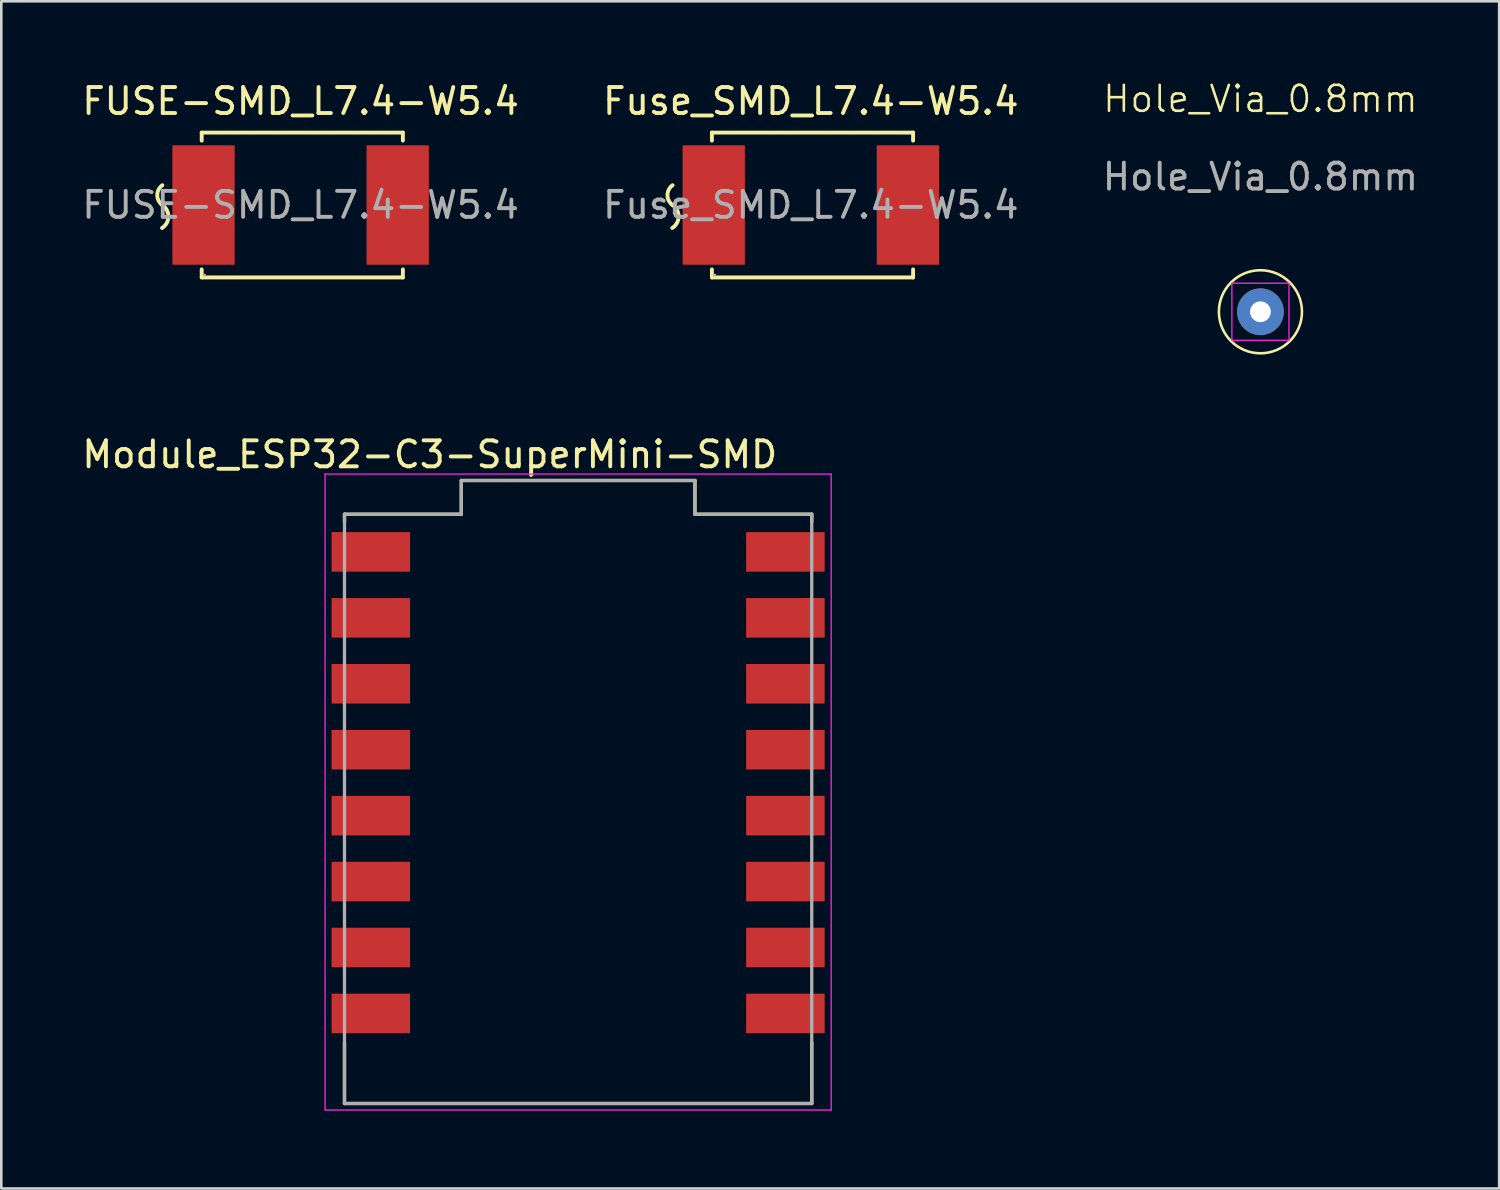
<source format=kicad_pcb>
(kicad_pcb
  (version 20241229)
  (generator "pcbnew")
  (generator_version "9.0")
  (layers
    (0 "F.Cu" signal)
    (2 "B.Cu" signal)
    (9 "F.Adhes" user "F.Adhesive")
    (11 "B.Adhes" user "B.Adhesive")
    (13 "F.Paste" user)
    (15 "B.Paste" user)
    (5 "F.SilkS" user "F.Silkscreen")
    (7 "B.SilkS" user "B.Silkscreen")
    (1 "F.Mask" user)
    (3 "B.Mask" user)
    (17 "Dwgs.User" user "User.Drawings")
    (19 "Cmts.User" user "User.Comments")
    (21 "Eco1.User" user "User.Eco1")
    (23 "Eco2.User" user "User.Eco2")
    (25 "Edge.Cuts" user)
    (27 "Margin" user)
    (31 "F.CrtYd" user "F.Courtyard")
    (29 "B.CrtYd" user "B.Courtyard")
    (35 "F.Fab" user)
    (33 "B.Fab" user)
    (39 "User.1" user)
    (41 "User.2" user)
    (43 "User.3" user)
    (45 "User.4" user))
  (footprint "FUSE-SMD_L7.4-W5.4"
    (layer "F.Cu")
    (at 8.53 4.848)
    (property "Reference" "FUSE-SMD_L7.4-W5.4" (at 0 -4 0) (layer "F.SilkS") (effects (font (size 1 1) (thickness 0.15))))
    (attr smd)
    (fp_line (start -3.81 -2.79) (end 3.94 -2.79) (stroke (width 0.15) (type solid)) (layer "F.SilkS"))
    (fp_line (start -3.81 -2.48) (end -3.81 -2.79) (stroke (width 0.15) (type solid)) (layer "F.SilkS"))
    (fp_line (start -3.81 2.79) (end -3.81 2.48) (stroke (width 0.15) (type solid)) (layer "F.SilkS"))
    (fp_line (start 3.94 -2.79) (end 3.94 -2.48) (stroke (width 0.15) (type solid)) (layer "F.SilkS"))
    (fp_line (start 3.94 2.48) (end 3.94 2.79) (stroke (width 0.15) (type solid)) (layer "F.SilkS"))
    (fp_line (start 3.94 2.79) (end -3.81 2.79) (stroke (width 0.15) (type solid)) (layer "F.SilkS"))
    (fp_arc (start -5.33 0) (mid -5.093047 0.444493) (end -5.337545 0.884881) (stroke (width 0.15) (type solid)) (layer "F.SilkS"))
    (fp_arc (start -5.33 0) (mid -5.522009 -0.382754) (end -5.325546 -0.763242) (stroke (width 0.15) (type solid)) (layer "F.SilkS"))
    (fp_circle (center -3.7 2.7) (end -3.67 2.7) (stroke (width 0.06) (type solid)) (fill no) (layer "F.Fab"))
    (fp_text user "${REFERENCE}" (at 0 0 0) (layer "F.Fab") (effects (font (size 1 1) (thickness 0.15))))
    (pad "1" smd rect (at -3.74 0) (size 2.4 4.6) (layers "F.Cu" "F.Mask" "F.Paste"))
    (pad "2" smd rect (at 3.74 0) (size 2.4 4.6) (layers "F.Cu" "F.Mask" "F.Paste")))
  (footprint "Fuse_SMD_L7.4-W5.4"
    (layer "F.Cu")
    (at 28.185 4.848)
    (property "Reference" "Fuse_SMD_L7.4-W5.4" (at 0 -4 0) (layer "F.SilkS") (effects (font (size 1 1) (thickness 0.15))))
    (attr smd)
    (fp_line (start -3.81 -2.79) (end 3.94 -2.79) (stroke (width 0.15) (type solid)) (layer "F.SilkS"))
    (fp_line (start -3.81 -2.48) (end -3.81 -2.79) (stroke (width 0.15) (type solid)) (layer "F.SilkS"))
    (fp_line (start -3.81 2.79) (end -3.81 2.48) (stroke (width 0.15) (type solid)) (layer "F.SilkS"))
    (fp_line (start 3.94 -2.79) (end 3.94 -2.48) (stroke (width 0.15) (type solid)) (layer "F.SilkS"))
    (fp_line (start 3.94 2.48) (end 3.94 2.79) (stroke (width 0.15) (type solid)) (layer "F.SilkS"))
    (fp_line (start 3.94 2.79) (end -3.81 2.79) (stroke (width 0.15) (type solid)) (layer "F.SilkS"))
    (fp_arc (start -5.33 0) (mid -5.093047 0.444493) (end -5.337545 0.884881) (stroke (width 0.15) (type solid)) (layer "F.SilkS"))
    (fp_arc (start -5.33 0) (mid -5.522009 -0.382754) (end -5.325546 -0.763242) (stroke (width 0.15) (type solid)) (layer "F.SilkS"))
    (fp_circle (center -3.7 2.7) (end -3.67 2.7) (stroke (width 0.06) (type solid)) (fill no) (layer "F.Fab"))
    (fp_text user "${REFERENCE}" (at 0 0 0) (layer "F.Fab") (effects (font (size 1 1) (thickness 0.15))))
    (pad "1" smd rect (at -3.74 0) (size 2.4 4.6) (layers "F.Cu" "F.Mask" "F.Paste"))
    (pad "2" smd rect (at 3.74 0) (size 2.4 4.6) (layers "F.Cu" "F.Mask" "F.Paste")))
  (footprint "Module_ESP32-C3-SuperMini-SMD"
    (layer "F.Cu")
    (at 19.221 28.111)
    (property "Reference" "Module_ESP32-C3-SuperMini-SMD" (at -5.715 -13.652 0) (layer "F.SilkS") (effects (font (size 1 1) (thickness 0.15))))
    (attr smd)
    (fp_line (start -9 -11.05) (end -9 -11.35) (stroke (width 0.127) (type solid)) (layer "F.SilkS"))
    (fp_line (start -9 11.35) (end -9 9) (stroke (width 0.127) (type solid)) (layer "F.SilkS"))
    (fp_line (start -4.5 -12.65) (end -4.5 -11.35) (stroke (width 0.127) (type solid)) (layer "F.SilkS"))
    (fp_line (start -4.5 -11.35) (end -9 -11.35) (stroke (width 0.127) (type solid)) (layer "F.SilkS"))
    (fp_line (start 4.5 -12.65) (end -4.5 -12.65) (stroke (width 0.127) (type solid)) (layer "F.SilkS"))
    (fp_line (start 4.5 -12.65) (end 4.5 -11.35) (stroke (width 0.127) (type solid)) (layer "F.SilkS"))
    (fp_line (start 9 -11.35) (end 4.5 -11.35) (stroke (width 0.127) (type solid)) (layer "F.SilkS"))
    (fp_line (start 9 -11.05) (end 9 -11.35) (stroke (width 0.127) (type solid)) (layer "F.SilkS"))
    (fp_line (start 9 11.35) (end -9 11.35) (stroke (width 0.127) (type solid)) (layer "F.SilkS"))
    (fp_line (start 9 11.35) (end 9 9) (stroke (width 0.127) (type solid)) (layer "F.SilkS"))
    (fp_line (start -9.748 -12.9) (end 9.748 -12.9) (stroke (width 0.05) (type solid)) (layer "F.CrtYd"))
    (fp_line (start -9.748 11.6) (end -9.748 -12.9) (stroke (width 0.05) (type solid)) (layer "F.CrtYd"))
    (fp_line (start 9.748 -12.9) (end 9.748 11.6) (stroke (width 0.05) (type solid)) (layer "F.CrtYd"))
    (fp_line (start 9.748 11.6) (end -9.748 11.6) (stroke (width 0.05) (type solid)) (layer "F.CrtYd"))
    (fp_line (start -9 11.35) (end -9 -11.35) (stroke (width 0.127) (type solid)) (layer "F.Fab"))
    (fp_line (start -4.5 -12.65) (end -4.5 -11.35) (stroke (width 0.127) (type solid)) (layer "F.Fab"))
    (fp_line (start -4.5 -11.35) (end -9 -11.35) (stroke (width 0.127) (type solid)) (layer "F.Fab"))
    (fp_line (start 4.5 -12.65) (end -4.5 -12.65) (stroke (width 0.127) (type solid)) (layer "F.Fab"))
    (fp_line (start 4.5 -12.65) (end 4.5 -11.35) (stroke (width 0.127) (type solid)) (layer "F.Fab"))
    (fp_line (start 9 -11.35) (end 4.5 -11.35) (stroke (width 0.127) (type solid)) (layer "F.Fab"))
    (fp_line (start 9 11.35) (end -9 11.35) (stroke (width 0.127) (type solid)) (layer "F.Fab"))
    (fp_line (start 9 11.35) (end 9 -11.35) (stroke (width 0.127) (type solid)) (layer "F.Fab"))
    (pad "0" smd rect (at 7.985 7.88) (size 3.025 1.524) (layers "F.Cu" "F.Mask" "F.Paste"))
    (pad "1" smd rect (at 7.985 5.34) (size 3.025 1.524) (layers "F.Cu" "F.Mask" "F.Paste"))
    (pad "2" smd rect (at 7.985 2.8) (size 3.025 1.524) (layers "F.Cu" "F.Mask" "F.Paste"))
    (pad "3" smd rect (at 7.985 0.26) (size 3.025 1.524) (layers "F.Cu" "F.Mask" "F.Paste"))
    (pad "3.3" smd rect (at 7.985 -4.82) (size 3.025 1.524) (layers "F.Cu" "F.Mask" "F.Paste"))
    (pad "4" smd rect (at 7.985 -2.28) (size 3.025 1.524) (layers "F.Cu" "F.Mask" "F.Paste"))
    (pad "5" smd rect (at -7.985 -9.9) (size 3.025 1.524) (layers "F.Cu" "F.Mask" "F.Paste"))
    (pad "5V" smd rect (at 7.985 -9.9) (size 3.025 1.524) (layers "F.Cu" "F.Mask" "F.Paste"))
    (pad "6" smd rect (at -7.985 -7.36) (size 3.025 1.524) (layers "F.Cu" "F.Mask" "F.Paste"))
    (pad "7" smd rect (at -7.985 -4.82) (size 3.025 1.524) (layers "F.Cu" "F.Mask" "F.Paste"))
    (pad "8" smd rect (at -7.985 -2.28) (size 3.025 1.524) (layers "F.Cu" "F.Mask" "F.Paste"))
    (pad "9" smd rect (at -7.985 0.26) (size 3.025 1.524) (layers "F.Cu" "F.Mask" "F.Paste"))
    (pad "10" smd rect (at -7.985 2.8) (size 3.025 1.524) (layers "F.Cu" "F.Mask" "F.Paste"))
    (pad "20" smd rect (at -7.985 5.34) (size 3.025 1.524) (layers "F.Cu" "F.Mask" "F.Paste"))
    (pad "21" smd rect (at -7.985 7.88) (size 3.025 1.524) (layers "F.Cu" "F.Mask" "F.Paste"))
    (pad "G" smd rect (at 7.985 -7.36) (size 3.025 1.524) (layers "F.Cu" "F.Mask" "F.Paste")))
  (footprint "Hole_Via_0.8mm"
    (layer "F.Cu")
    (at 45.506 8.96)
    (property "Reference" "Hole_Via_0.8mm" (at 0 -8.2 0) (unlocked yes) (layer "F.SilkS") (effects (font (size 1 1) (thickness 0.1))))
    (attr smd)
    (fp_circle (center 0 0) (end 1.6 0) (stroke (width 0.1) (type solid)) (fill no) (layer "F.SilkS"))
    (fp_rect (start -1.1 -1.1) (end 1.1 1.1) (stroke (width 0.05) (type default)) (fill no) (layer "F.CrtYd"))
    (fp_text user "${REFERENCE}" (at 0 -5.2 0) (unlocked yes) (layer "F.Fab") (effects (font (size 1 1) (thickness 0.15))))
    (pad "1" thru_hole circle (at 0 0) (size 1.8 1.8) (drill 0.8) (layers "*.Cu" "*.Mask")))
  (gr_rect
    (start -3 -3)
    (end 54.702 42.736)
    (stroke (width 0.1) (type default))
    (fill no)
    (layer "Edge.Cuts")))
</source>
